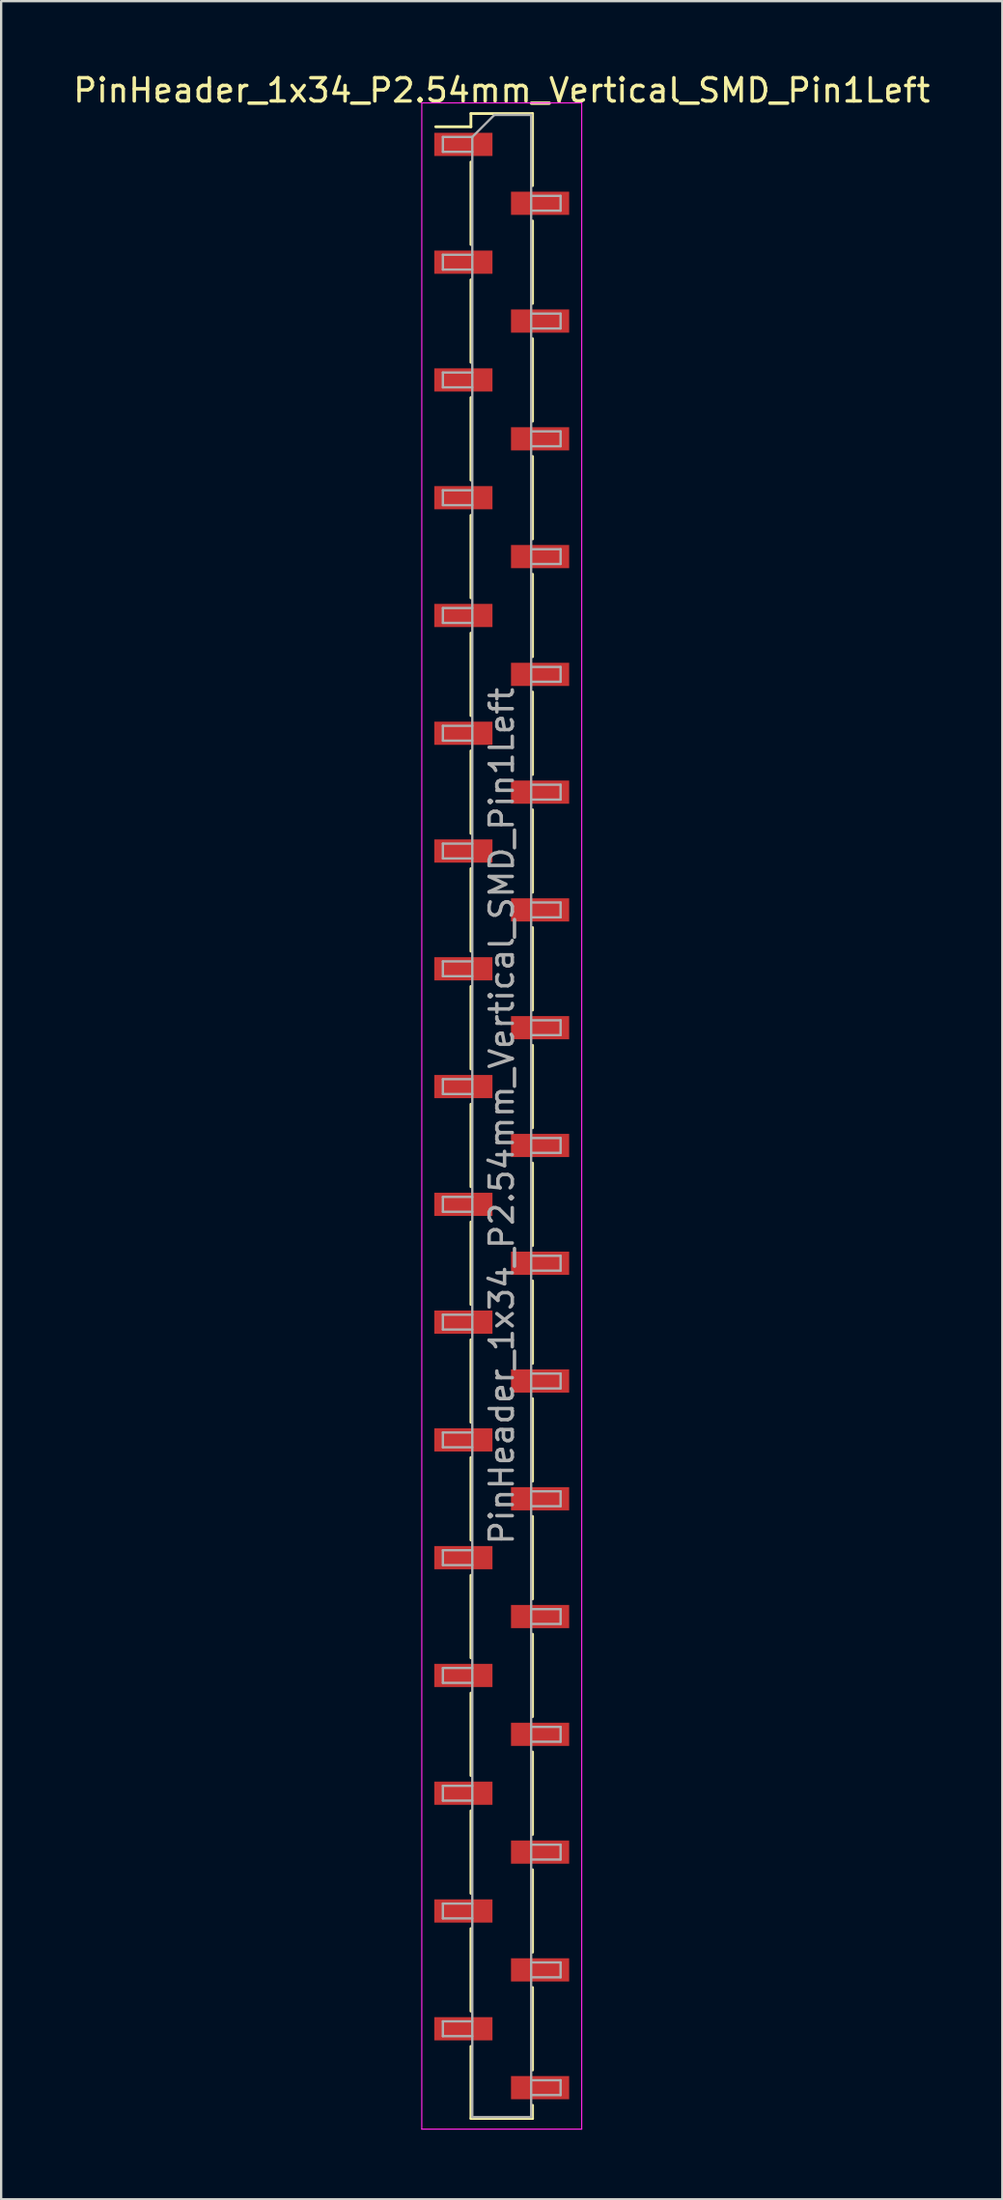
<source format=kicad_pcb>
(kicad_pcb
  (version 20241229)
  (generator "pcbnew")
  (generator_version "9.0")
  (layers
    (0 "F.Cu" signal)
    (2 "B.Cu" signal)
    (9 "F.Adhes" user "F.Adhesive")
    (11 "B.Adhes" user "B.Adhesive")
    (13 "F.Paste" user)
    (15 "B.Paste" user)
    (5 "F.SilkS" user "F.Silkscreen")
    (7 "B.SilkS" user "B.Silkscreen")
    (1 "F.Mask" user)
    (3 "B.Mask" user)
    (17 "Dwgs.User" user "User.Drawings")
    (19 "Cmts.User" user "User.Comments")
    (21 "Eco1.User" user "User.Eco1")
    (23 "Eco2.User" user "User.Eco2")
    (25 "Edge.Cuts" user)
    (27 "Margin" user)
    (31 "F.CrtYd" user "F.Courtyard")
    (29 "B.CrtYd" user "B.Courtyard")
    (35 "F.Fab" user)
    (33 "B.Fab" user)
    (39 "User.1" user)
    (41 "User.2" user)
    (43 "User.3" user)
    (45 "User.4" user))
  (footprint "PinHeader_1x34_P2.54mm_Vertical_SMD_Pin1Left"
    (layer "F.Cu")
    (at 18.601 45.088)
    (property "Reference" "PinHeader_1x34_P2.54mm_Vertical_SMD_Pin1Left" (at 0 -44.24 0) (layer "F.SilkS") (effects (font (size 1 1) (thickness 0.15))))
    (attr smd)
    (fp_line (start -1.33 -43.24) (end -1.33 -42.67) (stroke (width 0.12) (type solid)) (layer "F.SilkS"))
    (fp_line (start -1.33 -43.24) (end 1.33 -43.24) (stroke (width 0.12) (type solid)) (layer "F.SilkS"))
    (fp_line (start -1.33 -42.67) (end -2.85 -42.67) (stroke (width 0.12) (type solid)) (layer "F.SilkS"))
    (fp_line (start -1.33 -41.15) (end -1.33 -37.59) (stroke (width 0.12) (type solid)) (layer "F.SilkS"))
    (fp_line (start -1.33 -36.07) (end -1.33 -32.51) (stroke (width 0.12) (type solid)) (layer "F.SilkS"))
    (fp_line (start -1.33 -30.99) (end -1.33 -27.43) (stroke (width 0.12) (type solid)) (layer "F.SilkS"))
    (fp_line (start -1.33 -25.91) (end -1.33 -22.35) (stroke (width 0.12) (type solid)) (layer "F.SilkS"))
    (fp_line (start -1.33 -20.83) (end -1.33 -17.27) (stroke (width 0.12) (type solid)) (layer "F.SilkS"))
    (fp_line (start -1.33 -15.75) (end -1.33 -12.19) (stroke (width 0.12) (type solid)) (layer "F.SilkS"))
    (fp_line (start -1.33 -10.67) (end -1.33 -7.11) (stroke (width 0.12) (type solid)) (layer "F.SilkS"))
    (fp_line (start -1.33 -5.59) (end -1.33 -2.03) (stroke (width 0.12) (type solid)) (layer "F.SilkS"))
    (fp_line (start -1.33 -0.51) (end -1.33 3.05) (stroke (width 0.12) (type solid)) (layer "F.SilkS"))
    (fp_line (start -1.33 4.57) (end -1.33 8.13) (stroke (width 0.12) (type solid)) (layer "F.SilkS"))
    (fp_line (start -1.33 9.65) (end -1.33 13.21) (stroke (width 0.12) (type solid)) (layer "F.SilkS"))
    (fp_line (start -1.33 14.73) (end -1.33 18.29) (stroke (width 0.12) (type solid)) (layer "F.SilkS"))
    (fp_line (start -1.33 19.81) (end -1.33 23.37) (stroke (width 0.12) (type solid)) (layer "F.SilkS"))
    (fp_line (start -1.33 24.89) (end -1.33 28.45) (stroke (width 0.12) (type solid)) (layer "F.SilkS"))
    (fp_line (start -1.33 29.97) (end -1.33 33.53) (stroke (width 0.12) (type solid)) (layer "F.SilkS"))
    (fp_line (start -1.33 35.05) (end -1.33 38.61) (stroke (width 0.12) (type solid)) (layer "F.SilkS"))
    (fp_line (start -1.33 40.13) (end -1.33 43.24) (stroke (width 0.12) (type solid)) (layer "F.SilkS"))
    (fp_line (start -1.33 43.24) (end 1.33 43.24) (stroke (width 0.12) (type solid)) (layer "F.SilkS"))
    (fp_line (start 1.33 -43.24) (end 1.33 -40.13) (stroke (width 0.12) (type solid)) (layer "F.SilkS"))
    (fp_line (start 1.33 -38.61) (end 1.33 -35.05) (stroke (width 0.12) (type solid)) (layer "F.SilkS"))
    (fp_line (start 1.33 -33.53) (end 1.33 -29.97) (stroke (width 0.12) (type solid)) (layer "F.SilkS"))
    (fp_line (start 1.33 -28.45) (end 1.33 -24.89) (stroke (width 0.12) (type solid)) (layer "F.SilkS"))
    (fp_line (start 1.33 -23.37) (end 1.33 -19.81) (stroke (width 0.12) (type solid)) (layer "F.SilkS"))
    (fp_line (start 1.33 -18.29) (end 1.33 -14.73) (stroke (width 0.12) (type solid)) (layer "F.SilkS"))
    (fp_line (start 1.33 -13.21) (end 1.33 -9.65) (stroke (width 0.12) (type solid)) (layer "F.SilkS"))
    (fp_line (start 1.33 -8.13) (end 1.33 -4.57) (stroke (width 0.12) (type solid)) (layer "F.SilkS"))
    (fp_line (start 1.33 -3.05) (end 1.33 0.51) (stroke (width 0.12) (type solid)) (layer "F.SilkS"))
    (fp_line (start 1.33 2.03) (end 1.33 5.59) (stroke (width 0.12) (type solid)) (layer "F.SilkS"))
    (fp_line (start 1.33 7.11) (end 1.33 10.67) (stroke (width 0.12) (type solid)) (layer "F.SilkS"))
    (fp_line (start 1.33 12.19) (end 1.33 15.75) (stroke (width 0.12) (type solid)) (layer "F.SilkS"))
    (fp_line (start 1.33 17.27) (end 1.33 20.83) (stroke (width 0.12) (type solid)) (layer "F.SilkS"))
    (fp_line (start 1.33 22.35) (end 1.33 25.91) (stroke (width 0.12) (type solid)) (layer "F.SilkS"))
    (fp_line (start 1.33 27.43) (end 1.33 30.99) (stroke (width 0.12) (type solid)) (layer "F.SilkS"))
    (fp_line (start 1.33 32.51) (end 1.33 36.07) (stroke (width 0.12) (type solid)) (layer "F.SilkS"))
    (fp_line (start 1.33 37.59) (end 1.33 41.15) (stroke (width 0.12) (type solid)) (layer "F.SilkS"))
    (fp_line (start 1.33 42.67) (end 1.33 43.24) (stroke (width 0.12) (type solid)) (layer "F.SilkS"))
    (fp_line (start -3.45 -43.7) (end -3.45 43.7) (stroke (width 0.05) (type solid)) (layer "F.CrtYd"))
    (fp_line (start -3.45 43.7) (end 3.45 43.7) (stroke (width 0.05) (type solid)) (layer "F.CrtYd"))
    (fp_line (start 3.45 -43.7) (end -3.45 -43.7) (stroke (width 0.05) (type solid)) (layer "F.CrtYd"))
    (fp_line (start 3.45 43.7) (end 3.45 -43.7) (stroke (width 0.05) (type solid)) (layer "F.CrtYd"))
    (fp_line (start -2.54 -42.23) (end -2.54 -41.59) (stroke (width 0.1) (type solid)) (layer "F.Fab"))
    (fp_line (start -2.54 -41.59) (end -1.27 -41.59) (stroke (width 0.1) (type solid)) (layer "F.Fab"))
    (fp_line (start -2.54 -37.15) (end -2.54 -36.51) (stroke (width 0.1) (type solid)) (layer "F.Fab"))
    (fp_line (start -2.54 -36.51) (end -1.27 -36.51) (stroke (width 0.1) (type solid)) (layer "F.Fab"))
    (fp_line (start -2.54 -32.07) (end -2.54 -31.43) (stroke (width 0.1) (type solid)) (layer "F.Fab"))
    (fp_line (start -2.54 -31.43) (end -1.27 -31.43) (stroke (width 0.1) (type solid)) (layer "F.Fab"))
    (fp_line (start -2.54 -26.99) (end -2.54 -26.35) (stroke (width 0.1) (type solid)) (layer "F.Fab"))
    (fp_line (start -2.54 -26.35) (end -1.27 -26.35) (stroke (width 0.1) (type solid)) (layer "F.Fab"))
    (fp_line (start -2.54 -21.91) (end -2.54 -21.27) (stroke (width 0.1) (type solid)) (layer "F.Fab"))
    (fp_line (start -2.54 -21.27) (end -1.27 -21.27) (stroke (width 0.1) (type solid)) (layer "F.Fab"))
    (fp_line (start -2.54 -16.83) (end -2.54 -16.19) (stroke (width 0.1) (type solid)) (layer "F.Fab"))
    (fp_line (start -2.54 -16.19) (end -1.27 -16.19) (stroke (width 0.1) (type solid)) (layer "F.Fab"))
    (fp_line (start -2.54 -11.75) (end -2.54 -11.11) (stroke (width 0.1) (type solid)) (layer "F.Fab"))
    (fp_line (start -2.54 -11.11) (end -1.27 -11.11) (stroke (width 0.1) (type solid)) (layer "F.Fab"))
    (fp_line (start -2.54 -6.67) (end -2.54 -6.03) (stroke (width 0.1) (type solid)) (layer "F.Fab"))
    (fp_line (start -2.54 -6.03) (end -1.27 -6.03) (stroke (width 0.1) (type solid)) (layer "F.Fab"))
    (fp_line (start -2.54 -1.59) (end -2.54 -0.95) (stroke (width 0.1) (type solid)) (layer "F.Fab"))
    (fp_line (start -2.54 -0.95) (end -1.27 -0.95) (stroke (width 0.1) (type solid)) (layer "F.Fab"))
    (fp_line (start -2.54 3.49) (end -2.54 4.13) (stroke (width 0.1) (type solid)) (layer "F.Fab"))
    (fp_line (start -2.54 4.13) (end -1.27 4.13) (stroke (width 0.1) (type solid)) (layer "F.Fab"))
    (fp_line (start -2.54 8.57) (end -2.54 9.21) (stroke (width 0.1) (type solid)) (layer "F.Fab"))
    (fp_line (start -2.54 9.21) (end -1.27 9.21) (stroke (width 0.1) (type solid)) (layer "F.Fab"))
    (fp_line (start -2.54 13.65) (end -2.54 14.29) (stroke (width 0.1) (type solid)) (layer "F.Fab"))
    (fp_line (start -2.54 14.29) (end -1.27 14.29) (stroke (width 0.1) (type solid)) (layer "F.Fab"))
    (fp_line (start -2.54 18.73) (end -2.54 19.37) (stroke (width 0.1) (type solid)) (layer "F.Fab"))
    (fp_line (start -2.54 19.37) (end -1.27 19.37) (stroke (width 0.1) (type solid)) (layer "F.Fab"))
    (fp_line (start -2.54 23.81) (end -2.54 24.45) (stroke (width 0.1) (type solid)) (layer "F.Fab"))
    (fp_line (start -2.54 24.45) (end -1.27 24.45) (stroke (width 0.1) (type solid)) (layer "F.Fab"))
    (fp_line (start -2.54 28.89) (end -2.54 29.53) (stroke (width 0.1) (type solid)) (layer "F.Fab"))
    (fp_line (start -2.54 29.53) (end -1.27 29.53) (stroke (width 0.1) (type solid)) (layer "F.Fab"))
    (fp_line (start -2.54 33.97) (end -2.54 34.61) (stroke (width 0.1) (type solid)) (layer "F.Fab"))
    (fp_line (start -2.54 34.61) (end -1.27 34.61) (stroke (width 0.1) (type solid)) (layer "F.Fab"))
    (fp_line (start -2.54 39.05) (end -2.54 39.69) (stroke (width 0.1) (type solid)) (layer "F.Fab"))
    (fp_line (start -2.54 39.69) (end -1.27 39.69) (stroke (width 0.1) (type solid)) (layer "F.Fab"))
    (fp_line (start -1.27 -42.23) (end -2.54 -42.23) (stroke (width 0.1) (type solid)) (layer "F.Fab"))
    (fp_line (start -1.27 -42.23) (end -0.32 -43.18) (stroke (width 0.1) (type solid)) (layer "F.Fab"))
    (fp_line (start -1.27 -37.15) (end -2.54 -37.15) (stroke (width 0.1) (type solid)) (layer "F.Fab"))
    (fp_line (start -1.27 -32.07) (end -2.54 -32.07) (stroke (width 0.1) (type solid)) (layer "F.Fab"))
    (fp_line (start -1.27 -26.99) (end -2.54 -26.99) (stroke (width 0.1) (type solid)) (layer "F.Fab"))
    (fp_line (start -1.27 -21.91) (end -2.54 -21.91) (stroke (width 0.1) (type solid)) (layer "F.Fab"))
    (fp_line (start -1.27 -16.83) (end -2.54 -16.83) (stroke (width 0.1) (type solid)) (layer "F.Fab"))
    (fp_line (start -1.27 -11.75) (end -2.54 -11.75) (stroke (width 0.1) (type solid)) (layer "F.Fab"))
    (fp_line (start -1.27 -6.67) (end -2.54 -6.67) (stroke (width 0.1) (type solid)) (layer "F.Fab"))
    (fp_line (start -1.27 -1.59) (end -2.54 -1.59) (stroke (width 0.1) (type solid)) (layer "F.Fab"))
    (fp_line (start -1.27 3.49) (end -2.54 3.49) (stroke (width 0.1) (type solid)) (layer "F.Fab"))
    (fp_line (start -1.27 8.57) (end -2.54 8.57) (stroke (width 0.1) (type solid)) (layer "F.Fab"))
    (fp_line (start -1.27 13.65) (end -2.54 13.65) (stroke (width 0.1) (type solid)) (layer "F.Fab"))
    (fp_line (start -1.27 18.73) (end -2.54 18.73) (stroke (width 0.1) (type solid)) (layer "F.Fab"))
    (fp_line (start -1.27 23.81) (end -2.54 23.81) (stroke (width 0.1) (type solid)) (layer "F.Fab"))
    (fp_line (start -1.27 28.89) (end -2.54 28.89) (stroke (width 0.1) (type solid)) (layer "F.Fab"))
    (fp_line (start -1.27 33.97) (end -2.54 33.97) (stroke (width 0.1) (type solid)) (layer "F.Fab"))
    (fp_line (start -1.27 39.05) (end -2.54 39.05) (stroke (width 0.1) (type solid)) (layer "F.Fab"))
    (fp_line (start -1.27 43.18) (end -1.27 -42.23) (stroke (width 0.1) (type solid)) (layer "F.Fab"))
    (fp_line (start -0.32 -43.18) (end 1.27 -43.18) (stroke (width 0.1) (type solid)) (layer "F.Fab"))
    (fp_line (start 1.27 -43.18) (end 1.27 43.18) (stroke (width 0.1) (type solid)) (layer "F.Fab"))
    (fp_line (start 1.27 -39.69) (end 2.54 -39.69) (stroke (width 0.1) (type solid)) (layer "F.Fab"))
    (fp_line (start 1.27 -34.61) (end 2.54 -34.61) (stroke (width 0.1) (type solid)) (layer "F.Fab"))
    (fp_line (start 1.27 -29.53) (end 2.54 -29.53) (stroke (width 0.1) (type solid)) (layer "F.Fab"))
    (fp_line (start 1.27 -24.45) (end 2.54 -24.45) (stroke (width 0.1) (type solid)) (layer "F.Fab"))
    (fp_line (start 1.27 -19.37) (end 2.54 -19.37) (stroke (width 0.1) (type solid)) (layer "F.Fab"))
    (fp_line (start 1.27 -14.29) (end 2.54 -14.29) (stroke (width 0.1) (type solid)) (layer "F.Fab"))
    (fp_line (start 1.27 -9.21) (end 2.54 -9.21) (stroke (width 0.1) (type solid)) (layer "F.Fab"))
    (fp_line (start 1.27 -4.13) (end 2.54 -4.13) (stroke (width 0.1) (type solid)) (layer "F.Fab"))
    (fp_line (start 1.27 0.95) (end 2.54 0.95) (stroke (width 0.1) (type solid)) (layer "F.Fab"))
    (fp_line (start 1.27 6.03) (end 2.54 6.03) (stroke (width 0.1) (type solid)) (layer "F.Fab"))
    (fp_line (start 1.27 11.11) (end 2.54 11.11) (stroke (width 0.1) (type solid)) (layer "F.Fab"))
    (fp_line (start 1.27 16.19) (end 2.54 16.19) (stroke (width 0.1) (type solid)) (layer "F.Fab"))
    (fp_line (start 1.27 21.27) (end 2.54 21.27) (stroke (width 0.1) (type solid)) (layer "F.Fab"))
    (fp_line (start 1.27 26.35) (end 2.54 26.35) (stroke (width 0.1) (type solid)) (layer "F.Fab"))
    (fp_line (start 1.27 31.43) (end 2.54 31.43) (stroke (width 0.1) (type solid)) (layer "F.Fab"))
    (fp_line (start 1.27 36.51) (end 2.54 36.51) (stroke (width 0.1) (type solid)) (layer "F.Fab"))
    (fp_line (start 1.27 41.59) (end 2.54 41.59) (stroke (width 0.1) (type solid)) (layer "F.Fab"))
    (fp_line (start 1.27 43.18) (end -1.27 43.18) (stroke (width 0.1) (type solid)) (layer "F.Fab"))
    (fp_line (start 2.54 -39.69) (end 2.54 -39.05) (stroke (width 0.1) (type solid)) (layer "F.Fab"))
    (fp_line (start 2.54 -39.05) (end 1.27 -39.05) (stroke (width 0.1) (type solid)) (layer "F.Fab"))
    (fp_line (start 2.54 -34.61) (end 2.54 -33.97) (stroke (width 0.1) (type solid)) (layer "F.Fab"))
    (fp_line (start 2.54 -33.97) (end 1.27 -33.97) (stroke (width 0.1) (type solid)) (layer "F.Fab"))
    (fp_line (start 2.54 -29.53) (end 2.54 -28.89) (stroke (width 0.1) (type solid)) (layer "F.Fab"))
    (fp_line (start 2.54 -28.89) (end 1.27 -28.89) (stroke (width 0.1) (type solid)) (layer "F.Fab"))
    (fp_line (start 2.54 -24.45) (end 2.54 -23.81) (stroke (width 0.1) (type solid)) (layer "F.Fab"))
    (fp_line (start 2.54 -23.81) (end 1.27 -23.81) (stroke (width 0.1) (type solid)) (layer "F.Fab"))
    (fp_line (start 2.54 -19.37) (end 2.54 -18.73) (stroke (width 0.1) (type solid)) (layer "F.Fab"))
    (fp_line (start 2.54 -18.73) (end 1.27 -18.73) (stroke (width 0.1) (type solid)) (layer "F.Fab"))
    (fp_line (start 2.54 -14.29) (end 2.54 -13.65) (stroke (width 0.1) (type solid)) (layer "F.Fab"))
    (fp_line (start 2.54 -13.65) (end 1.27 -13.65) (stroke (width 0.1) (type solid)) (layer "F.Fab"))
    (fp_line (start 2.54 -9.21) (end 2.54 -8.57) (stroke (width 0.1) (type solid)) (layer "F.Fab"))
    (fp_line (start 2.54 -8.57) (end 1.27 -8.57) (stroke (width 0.1) (type solid)) (layer "F.Fab"))
    (fp_line (start 2.54 -4.13) (end 2.54 -3.49) (stroke (width 0.1) (type solid)) (layer "F.Fab"))
    (fp_line (start 2.54 -3.49) (end 1.27 -3.49) (stroke (width 0.1) (type solid)) (layer "F.Fab"))
    (fp_line (start 2.54 0.95) (end 2.54 1.59) (stroke (width 0.1) (type solid)) (layer "F.Fab"))
    (fp_line (start 2.54 1.59) (end 1.27 1.59) (stroke (width 0.1) (type solid)) (layer "F.Fab"))
    (fp_line (start 2.54 6.03) (end 2.54 6.67) (stroke (width 0.1) (type solid)) (layer "F.Fab"))
    (fp_line (start 2.54 6.67) (end 1.27 6.67) (stroke (width 0.1) (type solid)) (layer "F.Fab"))
    (fp_line (start 2.54 11.11) (end 2.54 11.75) (stroke (width 0.1) (type solid)) (layer "F.Fab"))
    (fp_line (start 2.54 11.75) (end 1.27 11.75) (stroke (width 0.1) (type solid)) (layer "F.Fab"))
    (fp_line (start 2.54 16.19) (end 2.54 16.83) (stroke (width 0.1) (type solid)) (layer "F.Fab"))
    (fp_line (start 2.54 16.83) (end 1.27 16.83) (stroke (width 0.1) (type solid)) (layer "F.Fab"))
    (fp_line (start 2.54 21.27) (end 2.54 21.91) (stroke (width 0.1) (type solid)) (layer "F.Fab"))
    (fp_line (start 2.54 21.91) (end 1.27 21.91) (stroke (width 0.1) (type solid)) (layer "F.Fab"))
    (fp_line (start 2.54 26.35) (end 2.54 26.99) (stroke (width 0.1) (type solid)) (layer "F.Fab"))
    (fp_line (start 2.54 26.99) (end 1.27 26.99) (stroke (width 0.1) (type solid)) (layer "F.Fab"))
    (fp_line (start 2.54 31.43) (end 2.54 32.07) (stroke (width 0.1) (type solid)) (layer "F.Fab"))
    (fp_line (start 2.54 32.07) (end 1.27 32.07) (stroke (width 0.1) (type solid)) (layer "F.Fab"))
    (fp_line (start 2.54 36.51) (end 2.54 37.15) (stroke (width 0.1) (type solid)) (layer "F.Fab"))
    (fp_line (start 2.54 37.15) (end 1.27 37.15) (stroke (width 0.1) (type solid)) (layer "F.Fab"))
    (fp_line (start 2.54 41.59) (end 2.54 42.23) (stroke (width 0.1) (type solid)) (layer "F.Fab"))
    (fp_line (start 2.54 42.23) (end 1.27 42.23) (stroke (width 0.1) (type solid)) (layer "F.Fab"))
    (fp_text user "${REFERENCE}" (at 0 0 90) (layer "F.Fab") (effects (font (size 1 1) (thickness 0.15))))
    (pad "1" smd rect (at -1.655 -41.91) (size 2.51 1) (layers "F.Cu" "F.Mask" "F.Paste"))
    (pad "2" smd rect (at 1.655 -39.37) (size 2.51 1) (layers "F.Cu" "F.Mask" "F.Paste"))
    (pad "3" smd rect (at -1.655 -36.83) (size 2.51 1) (layers "F.Cu" "F.Mask" "F.Paste"))
    (pad "4" smd rect (at 1.655 -34.29) (size 2.51 1) (layers "F.Cu" "F.Mask" "F.Paste"))
    (pad "5" smd rect (at -1.655 -31.75) (size 2.51 1) (layers "F.Cu" "F.Mask" "F.Paste"))
    (pad "6" smd rect (at 1.655 -29.21) (size 2.51 1) (layers "F.Cu" "F.Mask" "F.Paste"))
    (pad "7" smd rect (at -1.655 -26.67) (size 2.51 1) (layers "F.Cu" "F.Mask" "F.Paste"))
    (pad "8" smd rect (at 1.655 -24.13) (size 2.51 1) (layers "F.Cu" "F.Mask" "F.Paste"))
    (pad "9" smd rect (at -1.655 -21.59) (size 2.51 1) (layers "F.Cu" "F.Mask" "F.Paste"))
    (pad "10" smd rect (at 1.655 -19.05) (size 2.51 1) (layers "F.Cu" "F.Mask" "F.Paste"))
    (pad "11" smd rect (at -1.655 -16.51) (size 2.51 1) (layers "F.Cu" "F.Mask" "F.Paste"))
    (pad "12" smd rect (at 1.655 -13.97) (size 2.51 1) (layers "F.Cu" "F.Mask" "F.Paste"))
    (pad "13" smd rect (at -1.655 -11.43) (size 2.51 1) (layers "F.Cu" "F.Mask" "F.Paste"))
    (pad "14" smd rect (at 1.655 -8.89) (size 2.51 1) (layers "F.Cu" "F.Mask" "F.Paste"))
    (pad "15" smd rect (at -1.655 -6.35) (size 2.51 1) (layers "F.Cu" "F.Mask" "F.Paste"))
    (pad "16" smd rect (at 1.655 -3.81) (size 2.51 1) (layers "F.Cu" "F.Mask" "F.Paste"))
    (pad "17" smd rect (at -1.655 -1.27) (size 2.51 1) (layers "F.Cu" "F.Mask" "F.Paste"))
    (pad "18" smd rect (at 1.655 1.27) (size 2.51 1) (layers "F.Cu" "F.Mask" "F.Paste"))
    (pad "19" smd rect (at -1.655 3.81) (size 2.51 1) (layers "F.Cu" "F.Mask" "F.Paste"))
    (pad "20" smd rect (at 1.655 6.35) (size 2.51 1) (layers "F.Cu" "F.Mask" "F.Paste"))
    (pad "21" smd rect (at -1.655 8.89) (size 2.51 1) (layers "F.Cu" "F.Mask" "F.Paste"))
    (pad "22" smd rect (at 1.655 11.43) (size 2.51 1) (layers "F.Cu" "F.Mask" "F.Paste"))
    (pad "23" smd rect (at -1.655 13.97) (size 2.51 1) (layers "F.Cu" "F.Mask" "F.Paste"))
    (pad "24" smd rect (at 1.655 16.51) (size 2.51 1) (layers "F.Cu" "F.Mask" "F.Paste"))
    (pad "25" smd rect (at -1.655 19.05) (size 2.51 1) (layers "F.Cu" "F.Mask" "F.Paste"))
    (pad "26" smd rect (at 1.655 21.59) (size 2.51 1) (layers "F.Cu" "F.Mask" "F.Paste"))
    (pad "27" smd rect (at -1.655 24.13) (size 2.51 1) (layers "F.Cu" "F.Mask" "F.Paste"))
    (pad "28" smd rect (at 1.655 26.67) (size 2.51 1) (layers "F.Cu" "F.Mask" "F.Paste"))
    (pad "29" smd rect (at -1.655 29.21) (size 2.51 1) (layers "F.Cu" "F.Mask" "F.Paste"))
    (pad "30" smd rect (at 1.655 31.75) (size 2.51 1) (layers "F.Cu" "F.Mask" "F.Paste"))
    (pad "31" smd rect (at -1.655 34.29) (size 2.51 1) (layers "F.Cu" "F.Mask" "F.Paste"))
    (pad "32" smd rect (at 1.655 36.83) (size 2.51 1) (layers "F.Cu" "F.Mask" "F.Paste"))
    (pad "33" smd rect (at -1.655 39.37) (size 2.51 1) (layers "F.Cu" "F.Mask" "F.Paste"))
    (pad "34" smd rect (at 1.655 41.91) (size 2.51 1) (layers "F.Cu" "F.Mask" "F.Paste")))
  (gr_rect
    (start -3 -3)
    (end 40.202 91.813)
    (stroke (width 0.1) (type default))
    (fill no)
    (layer "Edge.Cuts")))
</source>
